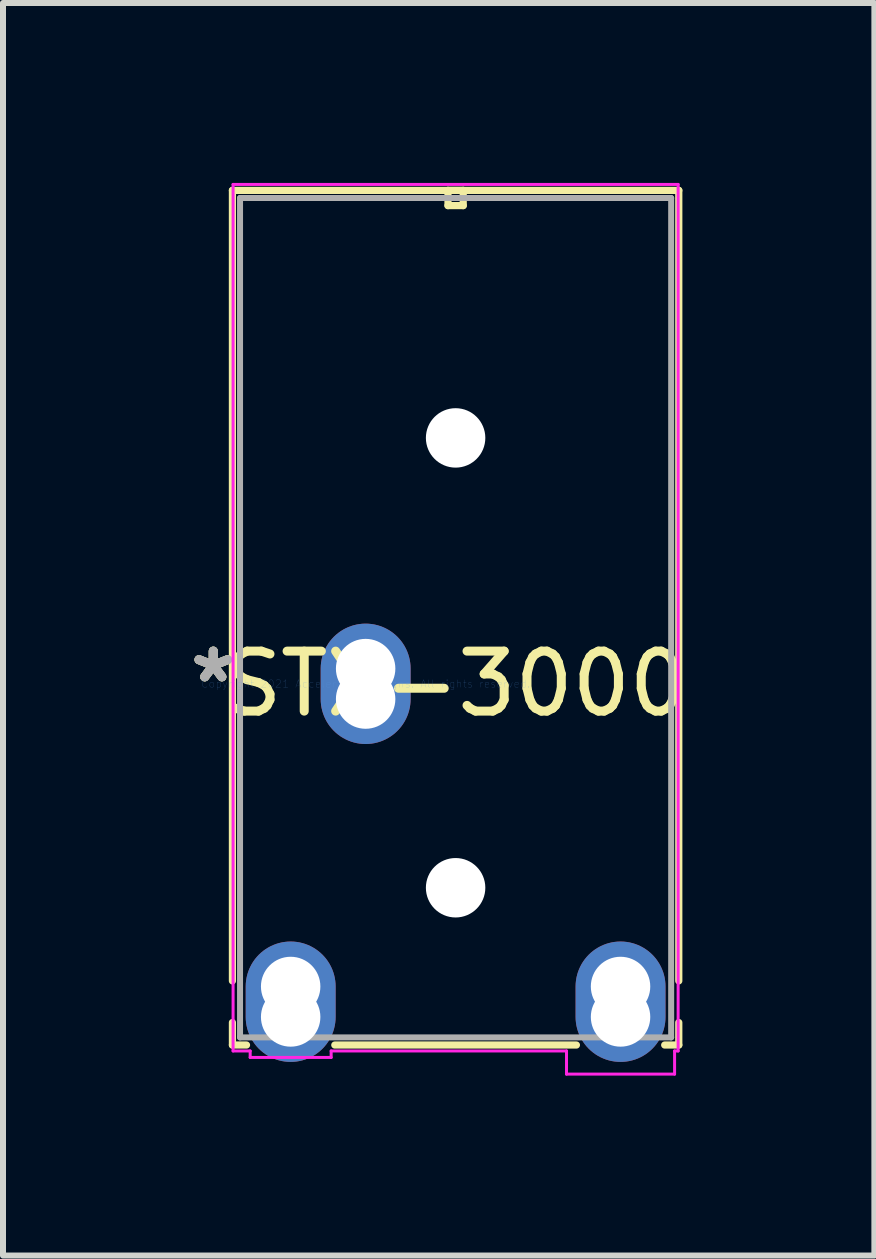
<source format=kicad_pcb>
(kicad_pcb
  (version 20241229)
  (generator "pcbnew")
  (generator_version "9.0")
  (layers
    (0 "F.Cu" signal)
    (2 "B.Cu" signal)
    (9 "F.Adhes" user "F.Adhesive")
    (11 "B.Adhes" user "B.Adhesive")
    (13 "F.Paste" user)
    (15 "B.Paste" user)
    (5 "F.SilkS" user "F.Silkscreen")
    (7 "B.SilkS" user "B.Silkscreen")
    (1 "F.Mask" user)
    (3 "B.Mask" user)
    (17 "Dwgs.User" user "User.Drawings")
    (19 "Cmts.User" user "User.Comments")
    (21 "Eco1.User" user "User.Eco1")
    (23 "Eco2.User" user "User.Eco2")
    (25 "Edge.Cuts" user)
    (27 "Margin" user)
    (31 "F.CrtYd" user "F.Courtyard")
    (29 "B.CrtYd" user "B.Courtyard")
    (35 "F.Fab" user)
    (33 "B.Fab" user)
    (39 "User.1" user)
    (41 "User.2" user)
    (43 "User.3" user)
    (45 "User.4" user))
  (footprint "STX-3000"
    (layer "F.Cu")
    (at 3.046 8.351)
    (property "Reference" "STX-3000" (at 1.5 0 0) (layer "F.SilkS") (effects (font (size 1 1) (thickness 0.15))))
    (attr through_hole)
    (fp_line (start -2.221 -8.227) (end -2.221 4.953) (stroke (width 0.12) (type solid)) (layer "F.SilkS"))
    (fp_line (start -2.221 5.647) (end -2.221 6.022) (stroke (width 0.12) (type solid)) (layer "F.SilkS"))
    (fp_line (start -2.221 6.022) (end -1.986 6.022) (stroke (width 0.12) (type solid)) (layer "F.SilkS"))
    (fp_line (start -0.514 6.022) (end 3.514 6.022) (stroke (width 0.12) (type solid)) (layer "F.SilkS"))
    (fp_line (start 1.373 -8.227) (end 1.373 -7.973) (stroke (width 0.12) (type solid)) (layer "F.SilkS"))
    (fp_line (start 1.373 -7.973) (end 1.627 -7.973) (stroke (width 0.12) (type solid)) (layer "F.SilkS"))
    (fp_line (start 1.627 -8.227) (end 1.373 -8.227) (stroke (width 0.12) (type solid)) (layer "F.SilkS"))
    (fp_line (start 1.627 -7.973) (end 1.627 -8.227) (stroke (width 0.12) (type solid)) (layer "F.SilkS"))
    (fp_line (start 4.986 6.022) (end 5.221 6.022) (stroke (width 0.12) (type solid)) (layer "F.SilkS"))
    (fp_line (start 5.221 -8.227) (end -2.221 -8.227) (stroke (width 0.12) (type solid)) (layer "F.SilkS"))
    (fp_line (start 5.221 4.953) (end 5.221 -8.227) (stroke (width 0.12) (type solid)) (layer "F.SilkS"))
    (fp_line (start 5.221 6.022) (end 5.221 5.647) (stroke (width 0.12) (type solid)) (layer "F.SilkS"))
    (fp_line (start -2.21 6.121) (end -1.925 6.121) (stroke (width 0.05) (type solid)) (layer "F.CrtYd"))
    (fp_line (start -2.21 -8.326) (end -2.21 6.121) (stroke (width 0.05) (type solid)) (layer "F.CrtYd"))
    (fp_line (start -1.925 6.121) (end -1.925 6.229) (stroke (width 0.05) (type solid)) (layer "F.CrtYd"))
    (fp_line (start -1.925 6.229) (end -0.575 6.229) (stroke (width 0.05) (type solid)) (layer "F.CrtYd"))
    (fp_line (start -0.575 6.121) (end 3.349 6.121) (stroke (width 0.05) (type solid)) (layer "F.CrtYd"))
    (fp_line (start -0.575 6.229) (end -0.575 6.121) (stroke (width 0.05) (type solid)) (layer "F.CrtYd"))
    (fp_line (start 3.349 6.121) (end 3.349 6.507) (stroke (width 0.05) (type solid)) (layer "F.CrtYd"))
    (fp_line (start 3.349 6.507) (end 5.151 6.507) (stroke (width 0.05) (type solid)) (layer "F.CrtYd"))
    (fp_line (start 5.151 6.121) (end 5.21 6.121) (stroke (width 0.05) (type solid)) (layer "F.CrtYd"))
    (fp_line (start 5.151 6.507) (end 5.151 6.121) (stroke (width 0.05) (type solid)) (layer "F.CrtYd"))
    (fp_line (start 5.21 6.121) (end 5.21 -8.326) (stroke (width 0.05) (type solid)) (layer "F.CrtYd"))
    (fp_line (start 5.21 -8.326) (end -2.21 -8.326) (stroke (width 0.05) (type solid)) (layer "F.CrtYd"))
    (fp_line (start -2.094 -8.1) (end -2.094 5.895) (stroke (width 0.1) (type solid)) (layer "F.Fab"))
    (fp_line (start -2.094 5.895) (end 5.094 5.895) (stroke (width 0.1) (type solid)) (layer "F.Fab"))
    (fp_line (start 1.5 -8.1) (end 1.5 -8.1) (stroke (width 0.1) (type solid)) (layer "F.Fab"))
    (fp_line (start 1.5 -8.1) (end 1.5 -8.1) (stroke (width 0.1) (type solid)) (layer "F.Fab"))
    (fp_line (start 1.5 -8.1) (end 1.5 -8.1) (stroke (width 0.1) (type solid)) (layer "F.Fab"))
    (fp_line (start 1.5 -8.1) (end 1.5 -8.1) (stroke (width 0.1) (type solid)) (layer "F.Fab"))
    (fp_line (start 5.094 -8.1) (end -2.094 -8.1) (stroke (width 0.1) (type solid)) (layer "F.Fab"))
    (fp_line (start 5.094 5.895) (end 5.094 -8.1) (stroke (width 0.1) (type solid)) (layer "F.Fab"))
    (fp_text user "*" (at -2.54 0 0) (layer "F.SilkS") (effects (font (size 1 1) (thickness 0.15))))
    (fp_text user "*" (at -2.54 0 0) (layer "F.SilkS") (effects (font (size 1 1) (thickness 0.15))))
    (fp_text user "Copyright 2021 Accelerated Designs. All rights reserved." (at 0 0 0) (layer "Cmts.User") (effects (font (size 0.127 0.127) (thickness 0.002))))
    (fp_text user "*" (at -2.54 0 0) (layer "F.Fab") (effects (font (size 1 1) (thickness 0.15))))
    (fp_text user "*" (at -2.54 0 0) (layer "F.Fab") (effects (font (size 1 1) (thickness 0.15))))
    (pad "" np_thru_hole circle (at -1.25 5.046) (size 0.991 0.991) (drill 0.991) (layers "*.Cu" "*.Mask"))
    (pad "" np_thru_hole circle (at -1.25 5.554) (size 0.991 0.991) (drill 0.991) (layers "*.Cu" "*.Mask"))
    (pad "" np_thru_hole circle (at 0 -0.254) (size 0.991 0.991) (drill 0.991) (layers "*.Cu" "*.Mask"))
    (pad "" np_thru_hole circle (at 0 0.254) (size 0.991 0.991) (drill 0.991) (layers "*.Cu" "*.Mask"))
    (pad "" np_thru_hole circle (at 1.5 -4.1) (size 0.991 0.991) (drill 0.991) (layers "*.Cu" "*.Mask"))
    (pad "" np_thru_hole circle (at 1.5 3.4) (size 0.991 0.991) (drill 0.991) (layers "*.Cu" "*.Mask"))
    (pad "" np_thru_hole circle (at 4.25 5.046) (size 0.991 0.991) (drill 0.991) (layers "*.Cu" "*.Mask"))
    (pad "" np_thru_hole circle (at 4.25 5.554) (size 0.991 0.991) (drill 0.991) (layers "*.Cu" "*.Mask"))
    (pad "1" thru_hole oval (at 0 0 90) (size 2.007 1.499) (drill 0.025) (layers "*.Cu" "*.Mask"))
    (pad "2" thru_hole oval (at 4.25 5.3 90) (size 2.007 1.499) (drill 0.025) (layers "*.Cu" "*.Mask"))
    (pad "3" thru_hole oval (at -1.25 5.3 90) (size 2.007 1.499) (drill 0.025) (layers "*.Cu" "*.Mask")))
  (gr_rect
    (start -3 -3)
    (end 11.528 17.883)
    (stroke (width 0.1) (type default))
    (fill no)
    (layer "Edge.Cuts")))
</source>
